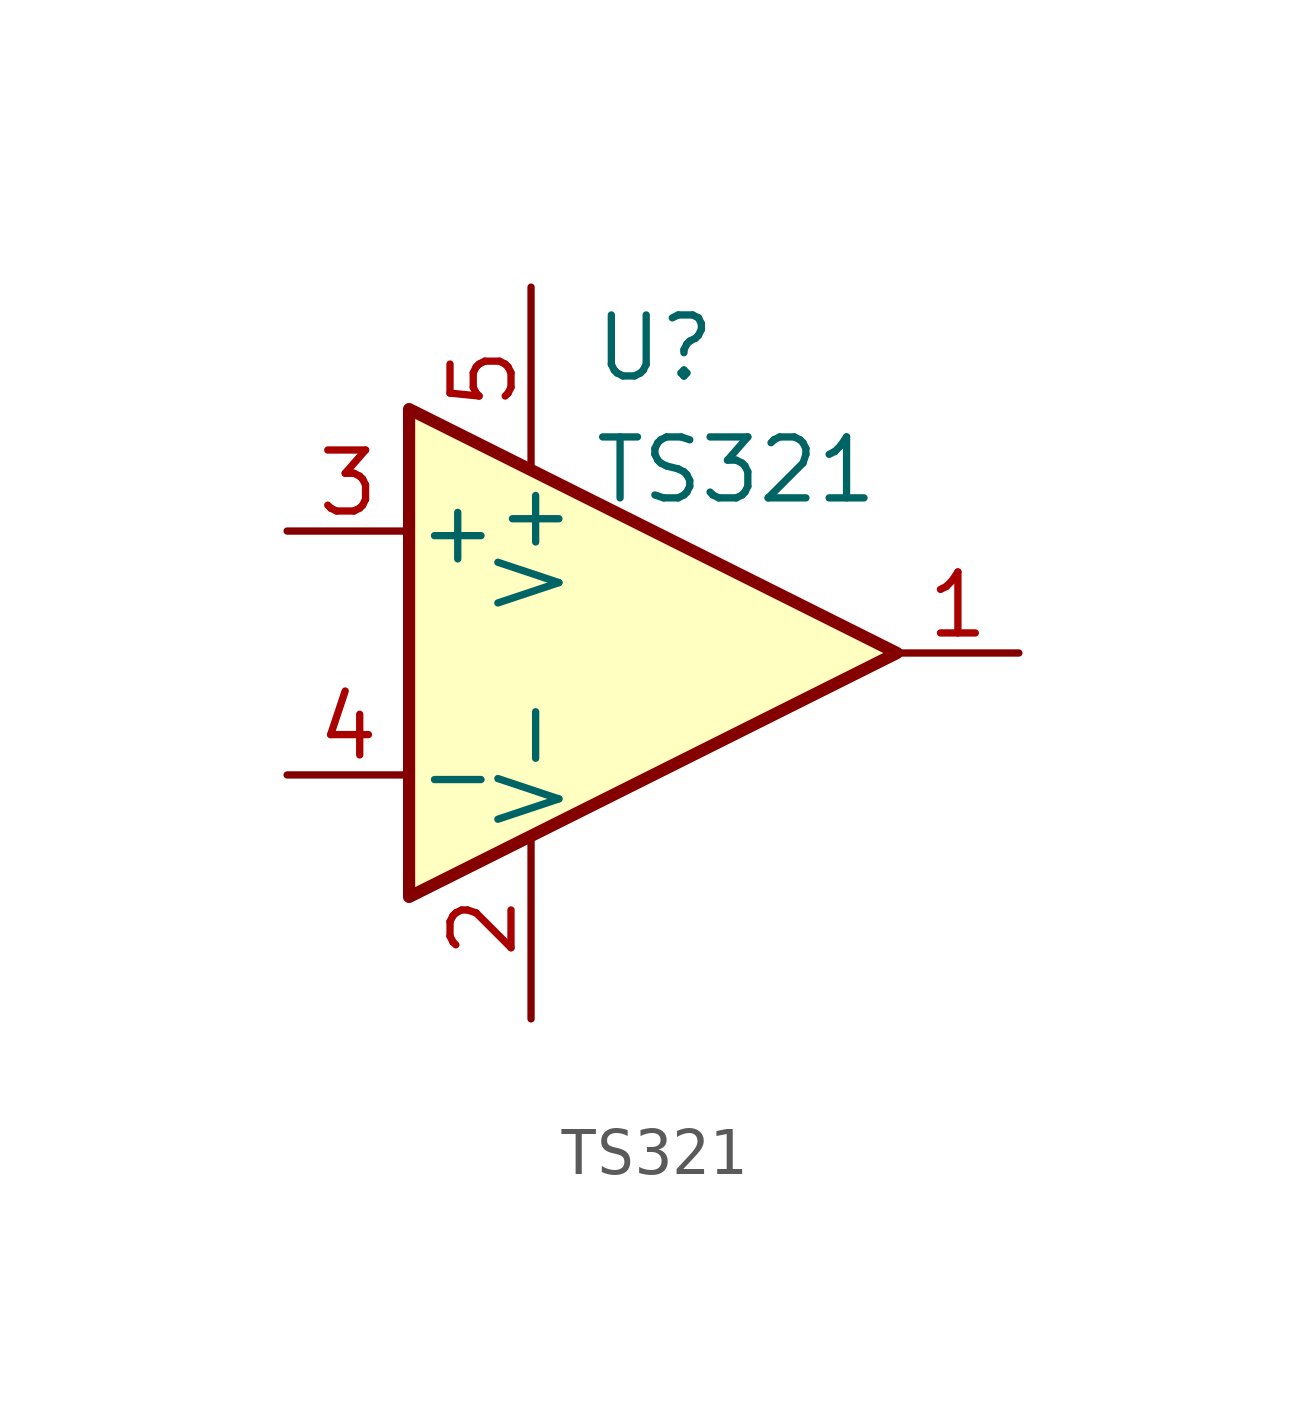
<source format=kicad_sym>
(kicad_symbol_lib
  (version 20211014)
  (generator kicad_symbol_editor)
  (symbol "TS321"
    (pin_names
      (offset 0.127))
    (property "Reference" "U"
      (at -1.27 6.35 0)
      (effects (font (size 1.27 1.27)) (justify left)))
    (property "Value" "TS321"
      (at -1.27 3.81 0)
      (effects (font (size 1.27 1.27)) (justify left)))
    (symbol "TS321_0_1"
      (polyline (pts (xy -5.08 5.08) (xy 5.08 0) (xy -5.08 -5.08) (xy -5.08 5.08)) (stroke (width 0.254) (type default) (color 0 0 0 0)) (fill (type background)))
      (pin power_in line (at -2.54 -7.62 90) (length 3.81) (name "V-" (effects (font (size 1.27 1.27)))) (number "2" (effects (font (size 1.27 1.27)))))
      (pin power_in line (at -2.54 7.62 270) (length 3.81) (name "V+" (effects (font (size 1.27 1.27)))) (number "5" (effects (font (size 1.27 1.27))))))
    (symbol "TS321_1_1"
      (pin output line (at 7.62 0 180) (length 2.54) (name "~" (effects (font (size 1.27 1.27)))) (number "1" (effects (font (size 1.27 1.27)))))
      (pin input line (at -7.62 2.54 0) (length 2.54) (name "+" (effects (font (size 1.27 1.27)))) (number "3" (effects (font (size 1.27 1.27)))))
      (pin input line (at -7.62 -2.54 0) (length 2.54) (name "-" (effects (font (size 1.27 1.27)))) (number "4" (effects (font (size 1.27 1.27))))))))
</source>
